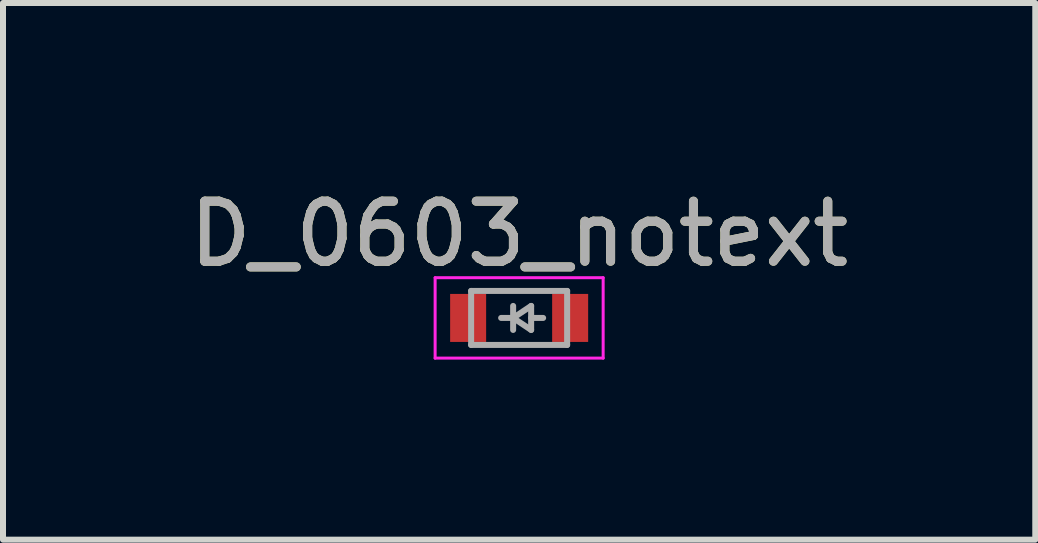
<source format=kicad_pcb>
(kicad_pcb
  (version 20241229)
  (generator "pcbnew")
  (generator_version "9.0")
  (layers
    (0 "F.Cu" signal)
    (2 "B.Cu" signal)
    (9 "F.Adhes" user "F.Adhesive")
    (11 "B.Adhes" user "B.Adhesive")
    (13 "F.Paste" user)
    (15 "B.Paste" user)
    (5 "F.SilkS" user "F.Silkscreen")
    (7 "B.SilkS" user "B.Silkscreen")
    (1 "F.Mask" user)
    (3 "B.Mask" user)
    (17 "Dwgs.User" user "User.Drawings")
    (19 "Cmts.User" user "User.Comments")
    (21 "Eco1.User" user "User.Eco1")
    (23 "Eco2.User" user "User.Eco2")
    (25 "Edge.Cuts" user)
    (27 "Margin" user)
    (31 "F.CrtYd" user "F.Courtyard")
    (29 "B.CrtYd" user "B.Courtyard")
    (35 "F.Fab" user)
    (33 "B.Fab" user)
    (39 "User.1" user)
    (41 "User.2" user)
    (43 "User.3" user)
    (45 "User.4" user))
  (footprint "D_0603_notext"
    (layer "F.Cu")
    (at 5.601 2.248)
    (property "Reference" "D_0603_notext" (at 0 -1.4 0) (layer "F.SilkS") (effects (font (size 1 1) (thickness 0.15))))
    (attr smd)
    (fp_line (start -1.4 -0.67) (end -1.4 0.67) (stroke (width 0.05) (type solid)) (layer "F.CrtYd"))
    (fp_line (start -1.4 0.67) (end 1.4 0.67) (stroke (width 0.05) (type solid)) (layer "F.CrtYd"))
    (fp_line (start 1.4 -0.67) (end -1.4 -0.67) (stroke (width 0.05) (type solid)) (layer "F.CrtYd"))
    (fp_line (start 1.4 0.67) (end 1.4 -0.67) (stroke (width 0.05) (type solid)) (layer "F.CrtYd"))
    (fp_line (start -0.8 -0.45) (end 0.8 -0.45) (stroke (width 0.1) (type solid)) (layer "F.Fab"))
    (fp_line (start -0.8 0.45) (end -0.8 -0.45) (stroke (width 0.1) (type solid)) (layer "F.Fab"))
    (fp_line (start -0.1 -0.2) (end -0.1 0.2) (stroke (width 0.1) (type solid)) (layer "F.Fab"))
    (fp_line (start -0.1 0) (end -0.3 0) (stroke (width 0.1) (type solid)) (layer "F.Fab"))
    (fp_line (start -0.1 0) (end 0.2 0.2) (stroke (width 0.1) (type solid)) (layer "F.Fab"))
    (fp_line (start 0.2 -0.2) (end -0.1 0) (stroke (width 0.1) (type solid)) (layer "F.Fab"))
    (fp_line (start 0.2 0) (end 0.4 0) (stroke (width 0.1) (type solid)) (layer "F.Fab"))
    (fp_line (start 0.2 0.2) (end 0.2 -0.2) (stroke (width 0.1) (type solid)) (layer "F.Fab"))
    (fp_line (start 0.8 -0.45) (end 0.8 0.45) (stroke (width 0.1) (type solid)) (layer "F.Fab"))
    (fp_line (start 0.8 0.45) (end -0.8 0.45) (stroke (width 0.1) (type solid)) (layer "F.Fab"))
    (fp_text user "${REFERENCE}" (at 0 -1.4 0) (layer "F.Fab") (effects (font (size 1 1) (thickness 0.15))))
    (pad "1" smd rect (at -0.85 0) (size 0.6 0.8) (layers "F.Cu" "F.Mask" "F.Paste"))
    (pad "2" smd rect (at 0.85 0) (size 0.6 0.8) (layers "F.Cu" "F.Mask" "F.Paste")))
  (gr_rect
    (start -3 -3)
    (end 14.202 5.943)
    (stroke (width 0.1) (type default))
    (fill no)
    (layer "Edge.Cuts")))
</source>
